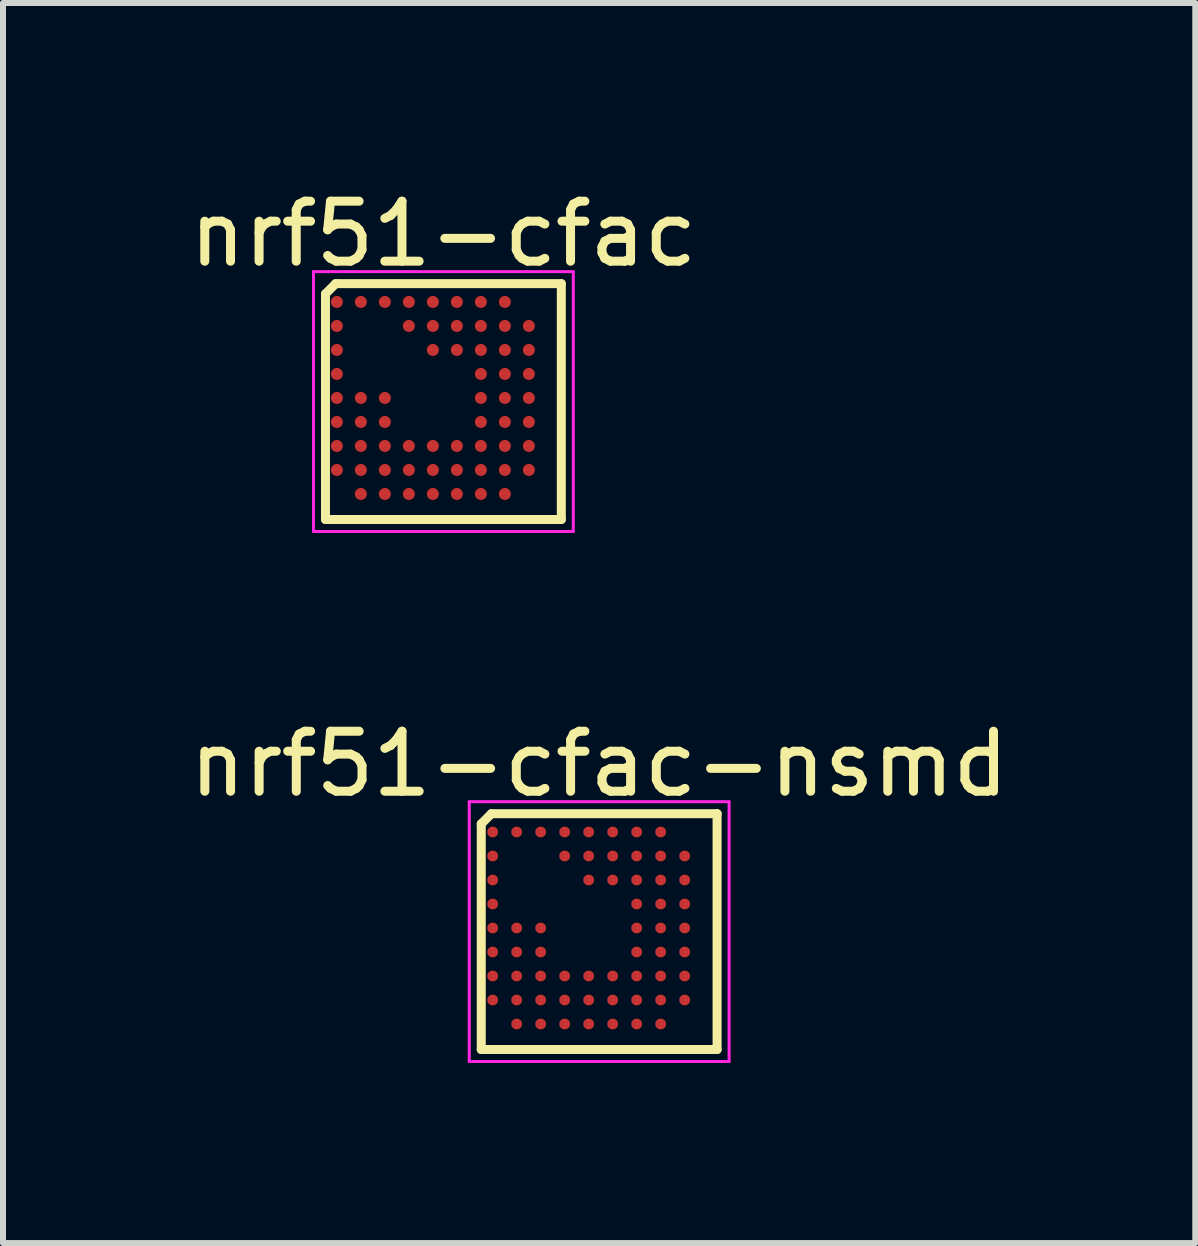
<source format=kicad_pcb>
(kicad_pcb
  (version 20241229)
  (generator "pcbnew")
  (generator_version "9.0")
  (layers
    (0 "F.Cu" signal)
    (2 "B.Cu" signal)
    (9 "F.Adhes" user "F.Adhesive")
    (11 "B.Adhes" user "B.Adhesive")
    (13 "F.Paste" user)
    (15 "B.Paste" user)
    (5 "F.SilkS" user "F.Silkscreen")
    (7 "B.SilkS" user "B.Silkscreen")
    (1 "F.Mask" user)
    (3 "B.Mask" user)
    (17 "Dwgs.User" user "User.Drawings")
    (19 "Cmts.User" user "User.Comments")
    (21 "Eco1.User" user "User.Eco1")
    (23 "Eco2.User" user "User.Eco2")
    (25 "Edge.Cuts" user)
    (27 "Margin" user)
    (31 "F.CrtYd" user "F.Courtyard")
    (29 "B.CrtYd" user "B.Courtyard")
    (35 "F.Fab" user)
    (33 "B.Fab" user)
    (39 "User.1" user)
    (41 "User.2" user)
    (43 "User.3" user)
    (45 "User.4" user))
  (footprint "nrf51-cfac"
    (layer "F.Cu")
    (at 4.339 3.642)
    (property "Reference" "nrf51-cfac" (at 0 -2.794 0) (layer "F.SilkS") (effects (font (size 1 1) (thickness 0.15))))
    (attr smd)
    (fp_line (start -1.965 -1.795) (end -1.795 -1.965) (stroke (width 0.15) (type solid)) (layer "F.SilkS"))
    (fp_line (start -1.965 1.965) (end -1.965 -1.795) (stroke (width 0.15) (type solid)) (layer "F.SilkS"))
    (fp_line (start -1.965 1.965) (end 1.965 1.965) (stroke (width 0.15) (type solid)) (layer "F.SilkS"))
    (fp_line (start -1.795 -1.965) (end 1.965 -1.965) (stroke (width 0.15) (type solid)) (layer "F.SilkS"))
    (fp_line (start 1.965 1.965) (end 1.965 -1.965) (stroke (width 0.15) (type solid)) (layer "F.SilkS"))
    (fp_line (start -2.165 -2.165) (end 2.165 -2.165) (stroke (width 0.05) (type solid)) (layer "F.CrtYd"))
    (fp_line (start -2.165 2.165) (end -2.165 -2.165) (stroke (width 0.05) (type solid)) (layer "F.CrtYd"))
    (fp_line (start -2.165 2.165) (end 2.165 2.165) (stroke (width 0.05) (type solid)) (layer "F.CrtYd"))
    (fp_line (start 2.165 2.165) (end 2.165 -2.165) (stroke (width 0.05) (type solid)) (layer "F.CrtYd"))
    (pad "A1" smd circle (at -1.775 -1.66) (size 0.2 0.2) (layers "F.Cu" "F.Mask" "F.Paste"))
    (pad "A2" smd circle (at -1.375 -1.66) (size 0.2 0.2) (layers "F.Cu" "F.Mask" "F.Paste"))
    (pad "A3" smd circle (at -0.975 -1.66) (size 0.2 0.2) (layers "F.Cu" "F.Mask" "F.Paste"))
    (pad "A4" smd circle (at -0.575 -1.66) (size 0.2 0.2) (layers "F.Cu" "F.Mask" "F.Paste"))
    (pad "A5" smd circle (at -0.175 -1.66) (size 0.2 0.2) (layers "F.Cu" "F.Mask" "F.Paste"))
    (pad "A6" smd circle (at 0.225 -1.66) (size 0.2 0.2) (layers "F.Cu" "F.Mask" "F.Paste"))
    (pad "A7" smd circle (at 0.625 -1.66) (size 0.2 0.2) (layers "F.Cu" "F.Mask" "F.Paste"))
    (pad "A8" smd circle (at 1.025 -1.66) (size 0.2 0.2) (layers "F.Cu" "F.Mask" "F.Paste"))
    (pad "B1" smd circle (at -1.775 -1.26) (size 0.2 0.2) (layers "F.Cu" "F.Mask" "F.Paste"))
    (pad "B4" smd circle (at -0.575 -1.26) (size 0.2 0.2) (layers "F.Cu" "F.Mask" "F.Paste"))
    (pad "B5" smd circle (at -0.175 -1.26) (size 0.2 0.2) (layers "F.Cu" "F.Mask" "F.Paste"))
    (pad "B6" smd circle (at 0.225 -1.26) (size 0.2 0.2) (layers "F.Cu" "F.Mask" "F.Paste"))
    (pad "B7" smd circle (at 0.625 -1.26) (size 0.2 0.2) (layers "F.Cu" "F.Mask" "F.Paste"))
    (pad "B8" smd circle (at 1.025 -1.26) (size 0.2 0.2) (layers "F.Cu" "F.Mask" "F.Paste"))
    (pad "B9" smd circle (at 1.425 -1.26) (size 0.2 0.2) (layers "F.Cu" "F.Mask" "F.Paste"))
    (pad "C1" smd circle (at -1.775 -0.86) (size 0.2 0.2) (layers "F.Cu" "F.Mask" "F.Paste"))
    (pad "C5" smd circle (at -0.175 -0.86) (size 0.2 0.2) (layers "F.Cu" "F.Mask" "F.Paste"))
    (pad "C6" smd circle (at 0.225 -0.86) (size 0.2 0.2) (layers "F.Cu" "F.Mask" "F.Paste"))
    (pad "C7" smd circle (at 0.625 -0.86) (size 0.2 0.2) (layers "F.Cu" "F.Mask" "F.Paste"))
    (pad "C8" smd circle (at 1.025 -0.86) (size 0.2 0.2) (layers "F.Cu" "F.Mask" "F.Paste"))
    (pad "C9" smd circle (at 1.425 -0.86) (size 0.2 0.2) (layers "F.Cu" "F.Mask" "F.Paste"))
    (pad "D1" smd circle (at -1.775 -0.46) (size 0.2 0.2) (layers "F.Cu" "F.Mask" "F.Paste"))
    (pad "D7" smd circle (at 0.625 -0.46) (size 0.2 0.2) (layers "F.Cu" "F.Mask" "F.Paste"))
    (pad "D8" smd circle (at 1.025 -0.46) (size 0.2 0.2) (layers "F.Cu" "F.Mask" "F.Paste"))
    (pad "D9" smd circle (at 1.425 -0.46) (size 0.2 0.2) (layers "F.Cu" "F.Mask" "F.Paste"))
    (pad "E1" smd circle (at -1.775 -0.06) (size 0.2 0.2) (layers "F.Cu" "F.Mask" "F.Paste"))
    (pad "E2" smd circle (at -1.375 -0.06) (size 0.2 0.2) (layers "F.Cu" "F.Mask" "F.Paste"))
    (pad "E3" smd circle (at -0.975 -0.06) (size 0.2 0.2) (layers "F.Cu" "F.Mask" "F.Paste"))
    (pad "E7" smd circle (at 0.625 -0.06) (size 0.2 0.2) (layers "F.Cu" "F.Mask" "F.Paste"))
    (pad "E8" smd circle (at 1.025 -0.06) (size 0.2 0.2) (layers "F.Cu" "F.Mask" "F.Paste"))
    (pad "E9" smd circle (at 1.425 -0.06) (size 0.2 0.2) (layers "F.Cu" "F.Mask" "F.Paste"))
    (pad "F1" smd circle (at -1.775 0.34) (size 0.2 0.2) (layers "F.Cu" "F.Mask" "F.Paste"))
    (pad "F2" smd circle (at -1.375 0.34) (size 0.2 0.2) (layers "F.Cu" "F.Mask" "F.Paste"))
    (pad "F3" smd circle (at -0.975 0.34) (size 0.2 0.2) (layers "F.Cu" "F.Mask" "F.Paste"))
    (pad "F7" smd circle (at 0.625 0.34) (size 0.2 0.2) (layers "F.Cu" "F.Mask" "F.Paste"))
    (pad "F8" smd circle (at 1.025 0.34) (size 0.2 0.2) (layers "F.Cu" "F.Mask" "F.Paste"))
    (pad "F9" smd circle (at 1.425 0.34) (size 0.2 0.2) (layers "F.Cu" "F.Mask" "F.Paste"))
    (pad "G1" smd circle (at -1.775 0.74) (size 0.2 0.2) (layers "F.Cu" "F.Mask" "F.Paste"))
    (pad "G2" smd circle (at -1.375 0.74) (size 0.2 0.2) (layers "F.Cu" "F.Mask" "F.Paste"))
    (pad "G3" smd circle (at -0.975 0.74) (size 0.2 0.2) (layers "F.Cu" "F.Mask" "F.Paste"))
    (pad "G4" smd circle (at -0.575 0.74) (size 0.2 0.2) (layers "F.Cu" "F.Mask" "F.Paste"))
    (pad "G5" smd circle (at -0.175 0.74) (size 0.2 0.2) (layers "F.Cu" "F.Mask" "F.Paste"))
    (pad "G6" smd circle (at 0.225 0.74) (size 0.2 0.2) (layers "F.Cu" "F.Mask" "F.Paste"))
    (pad "G7" smd circle (at 0.625 0.74) (size 0.2 0.2) (layers "F.Cu" "F.Mask" "F.Paste"))
    (pad "G8" smd circle (at 1.025 0.74) (size 0.2 0.2) (layers "F.Cu" "F.Mask" "F.Paste"))
    (pad "G9" smd circle (at 1.425 0.74) (size 0.2 0.2) (layers "F.Cu" "F.Mask" "F.Paste"))
    (pad "H1" smd circle (at -1.775 1.14) (size 0.2 0.2) (layers "F.Cu" "F.Mask" "F.Paste"))
    (pad "H2" smd circle (at -1.375 1.14) (size 0.2 0.2) (layers "F.Cu" "F.Mask" "F.Paste"))
    (pad "H3" smd circle (at -0.975 1.14) (size 0.2 0.2) (layers "F.Cu" "F.Mask" "F.Paste"))
    (pad "H4" smd circle (at -0.575 1.14) (size 0.2 0.2) (layers "F.Cu" "F.Mask" "F.Paste"))
    (pad "H5" smd circle (at -0.175 1.14) (size 0.2 0.2) (layers "F.Cu" "F.Mask" "F.Paste"))
    (pad "H6" smd circle (at 0.225 1.14) (size 0.2 0.2) (layers "F.Cu" "F.Mask" "F.Paste"))
    (pad "H7" smd circle (at 0.625 1.14) (size 0.2 0.2) (layers "F.Cu" "F.Mask" "F.Paste"))
    (pad "H8" smd circle (at 1.025 1.14) (size 0.2 0.2) (layers "F.Cu" "F.Mask" "F.Paste"))
    (pad "H9" smd circle (at 1.425 1.14) (size 0.2 0.2) (layers "F.Cu" "F.Mask" "F.Paste"))
    (pad "J2" smd circle (at -1.375 1.54) (size 0.2 0.2) (layers "F.Cu" "F.Mask" "F.Paste"))
    (pad "J3" smd circle (at -0.975 1.54) (size 0.2 0.2) (layers "F.Cu" "F.Mask" "F.Paste"))
    (pad "J4" smd circle (at -0.575 1.54) (size 0.2 0.2) (layers "F.Cu" "F.Mask" "F.Paste"))
    (pad "J5" smd circle (at -0.175 1.54) (size 0.2 0.2) (layers "F.Cu" "F.Mask" "F.Paste"))
    (pad "J6" smd circle (at 0.225 1.54) (size 0.2 0.2) (layers "F.Cu" "F.Mask" "F.Paste"))
    (pad "J7" smd circle (at 0.625 1.54) (size 0.2 0.2) (layers "F.Cu" "F.Mask" "F.Paste"))
    (pad "J8" smd circle (at 1.025 1.54) (size 0.2 0.2) (layers "F.Cu" "F.Mask" "F.Paste")))
  (footprint "nrf51-cfac-nsmd"
    (layer "F.Cu")
    (at 6.935 12.475)
    (property "Reference" "nrf51-cfac-nsmd" (at 0 -2.794 0) (layer "F.SilkS") (effects (font (size 1 1) (thickness 0.15))))
    (attr smd)
    (fp_line (start -1.965 -1.795) (end -1.795 -1.965) (stroke (width 0.15) (type solid)) (layer "F.SilkS"))
    (fp_line (start -1.965 1.965) (end -1.965 -1.795) (stroke (width 0.15) (type solid)) (layer "F.SilkS"))
    (fp_line (start -1.965 1.965) (end 1.965 1.965) (stroke (width 0.15) (type solid)) (layer "F.SilkS"))
    (fp_line (start -1.795 -1.965) (end 1.965 -1.965) (stroke (width 0.15) (type solid)) (layer "F.SilkS"))
    (fp_line (start 1.965 1.965) (end 1.965 -1.965) (stroke (width 0.15) (type solid)) (layer "F.SilkS"))
    (fp_line (start -2.165 -2.165) (end 2.165 -2.165) (stroke (width 0.05) (type solid)) (layer "F.CrtYd"))
    (fp_line (start -2.165 2.165) (end -2.165 -2.165) (stroke (width 0.05) (type solid)) (layer "F.CrtYd"))
    (fp_line (start -2.165 2.165) (end 2.165 2.165) (stroke (width 0.05) (type solid)) (layer "F.CrtYd"))
    (fp_line (start 2.165 2.165) (end 2.165 -2.165) (stroke (width 0.05) (type solid)) (layer "F.CrtYd"))
    (pad "A1" smd circle (at -1.775 -1.66) (size 0.18 0.18) (layers "F.Cu" "F.Mask" "F.Paste"))
    (pad "A2" smd circle (at -1.375 -1.66) (size 0.18 0.18) (layers "F.Cu" "F.Mask" "F.Paste"))
    (pad "A3" smd circle (at -0.975 -1.66) (size 0.18 0.18) (layers "F.Cu" "F.Mask" "F.Paste"))
    (pad "A4" smd circle (at -0.575 -1.66) (size 0.18 0.18) (layers "F.Cu" "F.Mask" "F.Paste"))
    (pad "A5" smd circle (at -0.175 -1.66) (size 0.18 0.18) (layers "F.Cu" "F.Mask" "F.Paste"))
    (pad "A6" smd circle (at 0.225 -1.66) (size 0.18 0.18) (layers "F.Cu" "F.Mask" "F.Paste"))
    (pad "A7" smd circle (at 0.625 -1.66) (size 0.18 0.18) (layers "F.Cu" "F.Mask" "F.Paste"))
    (pad "A8" smd circle (at 1.025 -1.66) (size 0.18 0.18) (layers "F.Cu" "F.Mask" "F.Paste"))
    (pad "B1" smd circle (at -1.775 -1.26) (size 0.18 0.18) (layers "F.Cu" "F.Mask" "F.Paste"))
    (pad "B4" smd circle (at -0.575 -1.26) (size 0.18 0.18) (layers "F.Cu" "F.Mask" "F.Paste"))
    (pad "B5" smd circle (at -0.175 -1.26) (size 0.18 0.18) (layers "F.Cu" "F.Mask" "F.Paste"))
    (pad "B6" smd circle (at 0.225 -1.26) (size 0.18 0.18) (layers "F.Cu" "F.Mask" "F.Paste"))
    (pad "B7" smd circle (at 0.625 -1.26) (size 0.18 0.18) (layers "F.Cu" "F.Mask" "F.Paste"))
    (pad "B8" smd circle (at 1.025 -1.26) (size 0.18 0.18) (layers "F.Cu" "F.Mask" "F.Paste"))
    (pad "B9" smd circle (at 1.425 -1.26) (size 0.18 0.18) (layers "F.Cu" "F.Mask" "F.Paste"))
    (pad "C1" smd circle (at -1.775 -0.86) (size 0.18 0.18) (layers "F.Cu" "F.Mask" "F.Paste"))
    (pad "C5" smd circle (at -0.175 -0.86) (size 0.18 0.18) (layers "F.Cu" "F.Mask" "F.Paste"))
    (pad "C6" smd circle (at 0.225 -0.86) (size 0.18 0.18) (layers "F.Cu" "F.Mask" "F.Paste"))
    (pad "C7" smd circle (at 0.625 -0.86) (size 0.18 0.18) (layers "F.Cu" "F.Mask" "F.Paste"))
    (pad "C8" smd circle (at 1.025 -0.86) (size 0.18 0.18) (layers "F.Cu" "F.Mask" "F.Paste"))
    (pad "C9" smd circle (at 1.425 -0.86) (size 0.18 0.18) (layers "F.Cu" "F.Mask" "F.Paste"))
    (pad "D1" smd circle (at -1.775 -0.46) (size 0.18 0.18) (layers "F.Cu" "F.Mask" "F.Paste"))
    (pad "D7" smd circle (at 0.625 -0.46) (size 0.18 0.18) (layers "F.Cu" "F.Mask" "F.Paste"))
    (pad "D8" smd circle (at 1.025 -0.46) (size 0.18 0.18) (layers "F.Cu" "F.Mask" "F.Paste"))
    (pad "D9" smd circle (at 1.425 -0.46) (size 0.18 0.18) (layers "F.Cu" "F.Mask" "F.Paste"))
    (pad "E1" smd circle (at -1.775 -0.06) (size 0.18 0.18) (layers "F.Cu" "F.Mask" "F.Paste"))
    (pad "E2" smd circle (at -1.375 -0.06) (size 0.18 0.18) (layers "F.Cu" "F.Mask" "F.Paste"))
    (pad "E3" smd circle (at -0.975 -0.06) (size 0.18 0.18) (layers "F.Cu" "F.Mask" "F.Paste"))
    (pad "E7" smd circle (at 0.625 -0.06) (size 0.18 0.18) (layers "F.Cu" "F.Mask" "F.Paste"))
    (pad "E8" smd circle (at 1.025 -0.06) (size 0.18 0.18) (layers "F.Cu" "F.Mask" "F.Paste"))
    (pad "E9" smd circle (at 1.425 -0.06) (size 0.18 0.18) (layers "F.Cu" "F.Mask" "F.Paste"))
    (pad "F1" smd circle (at -1.775 0.34) (size 0.18 0.18) (layers "F.Cu" "F.Mask" "F.Paste"))
    (pad "F2" smd circle (at -1.375 0.34) (size 0.18 0.18) (layers "F.Cu" "F.Mask" "F.Paste"))
    (pad "F3" smd circle (at -0.975 0.34) (size 0.18 0.18) (layers "F.Cu" "F.Mask" "F.Paste"))
    (pad "F7" smd circle (at 0.625 0.34) (size 0.18 0.18) (layers "F.Cu" "F.Mask" "F.Paste"))
    (pad "F8" smd circle (at 1.025 0.34) (size 0.18 0.18) (layers "F.Cu" "F.Mask" "F.Paste"))
    (pad "F9" smd circle (at 1.425 0.34) (size 0.18 0.18) (layers "F.Cu" "F.Mask" "F.Paste"))
    (pad "G1" smd circle (at -1.775 0.74) (size 0.18 0.18) (layers "F.Cu" "F.Mask" "F.Paste"))
    (pad "G2" smd circle (at -1.375 0.74) (size 0.18 0.18) (layers "F.Cu" "F.Mask" "F.Paste"))
    (pad "G3" smd circle (at -0.975 0.74) (size 0.18 0.18) (layers "F.Cu" "F.Mask" "F.Paste"))
    (pad "G4" smd circle (at -0.575 0.74) (size 0.18 0.18) (layers "F.Cu" "F.Mask" "F.Paste"))
    (pad "G5" smd circle (at -0.175 0.74) (size 0.18 0.18) (layers "F.Cu" "F.Mask" "F.Paste"))
    (pad "G6" smd circle (at 0.225 0.74) (size 0.18 0.18) (layers "F.Cu" "F.Mask" "F.Paste"))
    (pad "G7" smd circle (at 0.625 0.74) (size 0.18 0.18) (layers "F.Cu" "F.Mask" "F.Paste"))
    (pad "G8" smd circle (at 1.025 0.74) (size 0.18 0.18) (layers "F.Cu" "F.Mask" "F.Paste"))
    (pad "G9" smd circle (at 1.425 0.74) (size 0.18 0.18) (layers "F.Cu" "F.Mask" "F.Paste"))
    (pad "H1" smd circle (at -1.775 1.14) (size 0.18 0.18) (layers "F.Cu" "F.Mask" "F.Paste"))
    (pad "H2" smd circle (at -1.375 1.14) (size 0.18 0.18) (layers "F.Cu" "F.Mask" "F.Paste"))
    (pad "H3" smd circle (at -0.975 1.14) (size 0.18 0.18) (layers "F.Cu" "F.Mask" "F.Paste"))
    (pad "H4" smd circle (at -0.575 1.14) (size 0.18 0.18) (layers "F.Cu" "F.Mask" "F.Paste"))
    (pad "H5" smd circle (at -0.175 1.14) (size 0.18 0.18) (layers "F.Cu" "F.Mask" "F.Paste"))
    (pad "H6" smd circle (at 0.225 1.14) (size 0.18 0.18) (layers "F.Cu" "F.Mask" "F.Paste"))
    (pad "H7" smd circle (at 0.625 1.14) (size 0.18 0.18) (layers "F.Cu" "F.Mask" "F.Paste"))
    (pad "H8" smd circle (at 1.025 1.14) (size 0.18 0.18) (layers "F.Cu" "F.Mask" "F.Paste"))
    (pad "H9" smd circle (at 1.425 1.14) (size 0.18 0.18) (layers "F.Cu" "F.Mask" "F.Paste"))
    (pad "J2" smd circle (at -1.375 1.54) (size 0.18 0.18) (layers "F.Cu" "F.Mask" "F.Paste"))
    (pad "J3" smd circle (at -0.975 1.54) (size 0.18 0.18) (layers "F.Cu" "F.Mask" "F.Paste"))
    (pad "J4" smd circle (at -0.575 1.54) (size 0.18 0.18) (layers "F.Cu" "F.Mask" "F.Paste"))
    (pad "J5" smd circle (at -0.175 1.54) (size 0.18 0.18) (layers "F.Cu" "F.Mask" "F.Paste"))
    (pad "J6" smd circle (at 0.225 1.54) (size 0.18 0.18) (layers "F.Cu" "F.Mask" "F.Paste"))
    (pad "J7" smd circle (at 0.625 1.54) (size 0.18 0.18) (layers "F.Cu" "F.Mask" "F.Paste"))
    (pad "J8" smd circle (at 1.025 1.54) (size 0.18 0.18) (layers "F.Cu" "F.Mask" "F.Paste")))
  (gr_rect
    (start -3 -3)
    (end 16.869 17.665)
    (stroke (width 0.1) (type default))
    (fill no)
    (layer "Edge.Cuts")))
</source>
